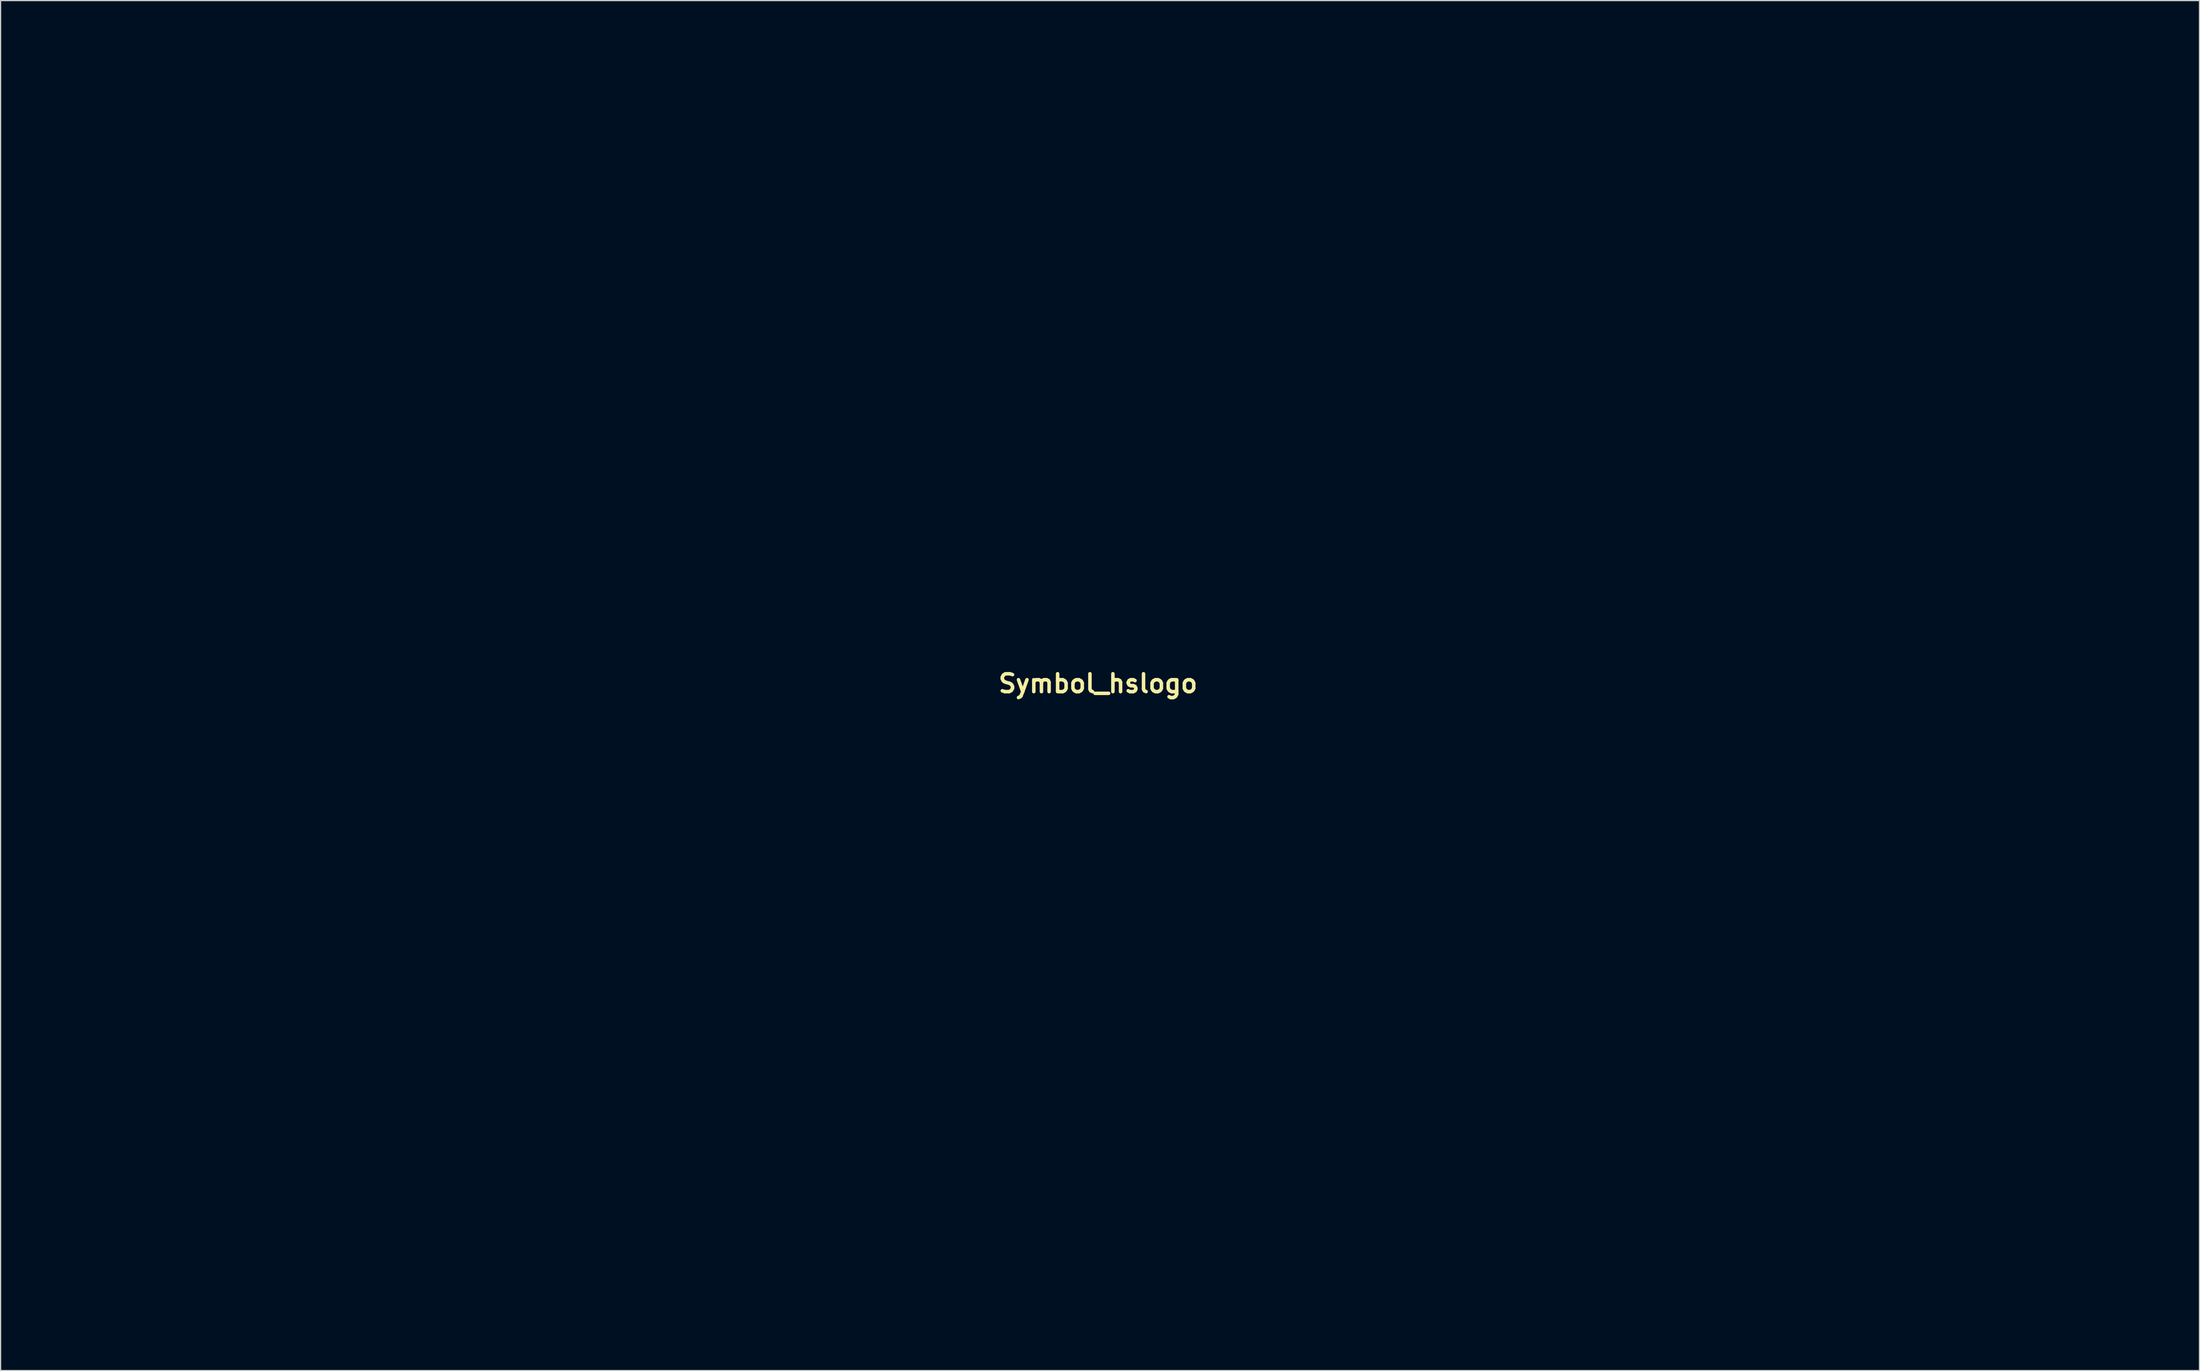
<source format=kicad_pcb>
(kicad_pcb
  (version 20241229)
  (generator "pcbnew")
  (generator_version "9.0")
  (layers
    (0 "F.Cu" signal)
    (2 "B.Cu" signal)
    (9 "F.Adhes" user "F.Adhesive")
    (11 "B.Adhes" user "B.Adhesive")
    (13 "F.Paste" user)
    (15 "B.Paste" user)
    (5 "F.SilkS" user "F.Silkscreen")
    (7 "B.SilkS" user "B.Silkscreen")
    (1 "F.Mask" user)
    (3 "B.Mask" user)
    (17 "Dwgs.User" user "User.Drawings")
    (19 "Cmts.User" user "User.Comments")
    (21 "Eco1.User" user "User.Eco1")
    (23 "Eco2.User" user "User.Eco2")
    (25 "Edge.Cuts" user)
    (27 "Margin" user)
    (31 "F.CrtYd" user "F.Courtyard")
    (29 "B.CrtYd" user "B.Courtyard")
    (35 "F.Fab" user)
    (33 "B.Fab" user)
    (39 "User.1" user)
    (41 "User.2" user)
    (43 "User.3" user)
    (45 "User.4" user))
  (footprint "Symbol_hslogo"
    (layer "F.Cu")
    (at 90.621 55.267)
    (property "Reference" "Symbol_hslogo" (at 0 0 0) (layer "F.SilkS") (effects (font (size 1.524 1.524) (thickness 0.3))))
    (attr through_hole)
    (fp_poly (pts (xy 33.295 34.153) (xy 33.123 34.324) (xy 32.951 34.153) (xy 33.123 33.981) (xy 33.295 34.153)) (stroke (width 0.01) (type solid)) (fill yes) (layer "F.Mask"))
    (fp_poly (pts (xy -68.07 -55.037) (xy -67.838 -54.747) (xy -67.865 -54.326) (xy -68.259 -54.26) (xy -68.799 -54.55) (xy -68.992 -54.747) (xy -69.216 -55.147) (xy -68.853 -55.26) (xy -68.727 -55.262) (xy -68.07 -55.037)) (stroke (width 0.01) (type solid)) (fill yes) (layer "F.Mask"))
    (fp_poly (pts (xy 32.296 21.296) (xy 31.903 21.665) (xy 31.445 22.071) (xy 30.542 22.817) (xy 29.643 23.477) (xy 28.878 23.97) (xy 28.374 24.216) (xy 28.257 24.133) (xy 28.288 24.075) (xy 28.68 23.703) (xy 29.486 23.09) (xy 30.54 22.363) (xy 30.656 22.287) (xy 31.717 21.595) (xy 32.249 21.268) (xy 32.296 21.296)) (stroke (width 0.01) (type solid)) (fill yes) (layer "F.Mask"))
    (fp_poly (pts (xy 16.418 -30.911) (xy 17.459 -30.008) (xy 18.387 -28.632) (xy 19.181 -26.886) (xy 19.816 -24.877) (xy 20.27 -22.707) (xy 20.521 -20.483) (xy 20.545 -18.309) (xy 20.32 -16.289) (xy 19.824 -14.529) (xy 19.185 -13.335) (xy 18.359 -12.548) (xy 17.469 -12.44) (xy 16.491 -13.01) (xy 16.267 -13.221) (xy 15.186 -14.66) (xy 14.217 -16.642) (xy 13.409 -19.026) (xy 12.81 -21.671) (xy 12.484 -24.225) (xy 12.462 -26.437) (xy 12.745 -28.324) (xy 13.301 -29.806) (xy 14.096 -30.801) (xy 15.098 -31.225) (xy 15.288 -31.235) (xy 16.418 -30.911)) (stroke (width 0.01) (type solid)) (fill yes) (layer "F.Mask"))
    (fp_poly (pts (xy 30.524 -45.297) (xy 31.575 -44.327) (xy 32.045 -43.663) (xy 33.07 -41.645) (xy 33.846 -39.333) (xy 34.362 -36.865) (xy 34.61 -34.381) (xy 34.577 -32.023) (xy 34.253 -29.929) (xy 33.629 -28.24) (xy 33.236 -27.635) (xy 32.422 -26.928) (xy 31.536 -26.864) (xy 30.485 -27.437) (xy 30.411 -27.494) (xy 29.419 -28.597) (xy 28.466 -30.25) (xy 27.606 -32.32) (xy 26.892 -34.67) (xy 26.378 -37.165) (xy 26.254 -38.049) (xy 26.156 -40.221) (xy 26.384 -42.102) (xy 26.884 -43.639) (xy 27.602 -44.779) (xy 28.484 -45.47) (xy 29.476 -45.66) (xy 30.524 -45.297)) (stroke (width 0.01) (type solid)) (fill yes) (layer "F.Mask"))
    (fp_poly (pts (xy -68.35 37.123) (xy -67.87 37.573) (xy -67.293 38.593) (xy -66.651 40.078) (xy -65.98 41.924) (xy -65.314 44.028) (xy -64.686 46.285) (xy -64.13 48.591) (xy -63.682 50.842) (xy -63.521 51.83) (xy -63.31 53.161) (xy -63.111 54.28) (xy -62.963 54.964) (xy -62.952 55.005) (xy -62.927 55.296) (xy -63.155 55.475) (xy -63.757 55.568) (xy -64.857 55.602) (xy -65.708 55.605) (xy -68.649 55.605) (xy -68.683 52.43) (xy -68.71 50.891) (xy -68.753 49.5) (xy -68.804 48.481) (xy -68.825 48.226) (xy -68.922 46.921) (xy -68.98 45.327) (xy -69.001 43.592) (xy -68.988 41.863) (xy -68.942 40.289) (xy -68.866 39.015) (xy -68.761 38.19) (xy -68.684 37.971) (xy -68.489 37.451) (xy -68.566 37.249) (xy -68.55 37.086) (xy -68.35 37.123)) (stroke (width 0.01) (type solid)) (fill yes) (layer "F.Mask"))
    (fp_poly (pts (xy 51.357 -36.912) (xy 51.569 -36.638) (xy 51.639 -36.445) (xy 51.634 -35.54) (xy 51.233 -34.557) (xy 50.587 -33.786) (xy 50.127 -33.542) (xy 49.753 -33.366) (xy 49.54 -32.977) (xy 49.444 -32.214) (xy 49.421 -31.01) (xy 49.064 -24.975) (xy 48.023 -18.991) (xy 46.301 -13.068) (xy 43.901 -7.213) (xy 43.059 -5.491) (xy 40.756 -1.351) (xy 38.259 2.315) (xy 35.42 5.716) (xy 33.914 7.292) (xy 30.996 10.038) (xy 28.25 12.202) (xy 25.589 13.841) (xy 22.925 15.01) (xy 20.873 15.612) (xy 19.263 15.95) (xy 18.017 16.073) (xy 16.845 15.981) (xy 15.458 15.674) (xy 15.182 15.6) (xy 13.391 15.033) (xy 11.942 14.335) (xy 10.583 13.358) (xy 9.225 12.117) (xy 7.295 10.233) (xy 6.398 11.201) (xy 5.79 11.805) (xy 5.403 11.945) (xy 5.012 11.679) (xy 4.918 11.587) (xy 4.69 11.305) (xy 4.598 10.953) (xy 4.664 10.411) (xy 4.915 9.559) (xy 5.374 8.276) (xy 5.857 6.992) (xy 6.671 4.966) (xy 7.349 3.558) (xy 7.925 2.725) (xy 8.432 2.418) (xy 8.903 2.593) (xy 8.973 2.657) (xy 9.199 3.104) (xy 9.131 3.842) (xy 8.964 4.467) (xy 8.733 5.444) (xy 8.808 6.157) (xy 9.232 6.979) (xy 9.262 7.028) (xy 10.662 8.74) (xy 12.619 10.313) (xy 14.171 11.232) (xy 15.144 11.694) (xy 16.029 11.972) (xy 17.061 12.107) (xy 18.47 12.143) (xy 19.05 12.141) (xy 20.891 12.061) (xy 22.459 11.808) (xy 23.943 11.315) (xy 25.533 10.518) (xy 27.42 9.349) (xy 27.789 9.105) (xy 29.346 7.926) (xy 31.151 6.329) (xy 33.061 4.46) (xy 34.935 2.466) (xy 36.63 0.493) (xy 38.004 -1.311) (xy 38.261 -1.689) (xy 40.969 -6.352) (xy 43.201 -11.389) (xy 44.915 -16.667) (xy 46.073 -22.052) (xy 46.633 -27.412) (xy 46.681 -29.433) (xy 46.671 -31.022) (xy 46.625 -32.047) (xy 46.521 -32.628) (xy 46.337 -32.889) (xy 46.051 -32.951) (xy 46.037 -32.951) (xy 45.209 -33.235) (xy 44.782 -33.97) (xy 44.809 -34.781) (xy 45.173 -35.66) (xy 45.823 -36.26) (xy 46.886 -36.648) (xy 48.488 -36.892) (xy 48.792 -36.921) (xy 50.123 -37.028) (xy 50.926 -37.034) (xy 51.357 -36.912)) (stroke (width 0.01) (type solid)) (fill yes) (layer "F.Mask"))
    (fp_poly (pts (xy -88.157 -41.113) (xy -87.824 -40.741) (xy -87.388 -39.924) (xy -87.086 -39.204) (xy -86.67 -38.266) (xy -86.301 -37.698) (xy -86.115 -37.61) (xy -85.954 -37.528) (xy -86.009 -37.295) (xy -85.902 -36.74) (xy -85.453 -36.275) (xy -84.953 -35.721) (xy -84.969 -35.328) (xy -85.037 -35.067) (xy -84.801 -35.17) (xy -84.271 -35.117) (xy -83.527 -34.523) (xy -83.458 -34.451) (xy -82.689 -33.775) (xy -81.968 -33.375) (xy -81.861 -33.348) (xy -81.19 -33.173) (xy -81.055 -33.017) (xy -81.501 -32.951) (xy -81.846 -32.888) (xy -81.685 -32.621) (xy -81.301 -32.289) (xy -80.775 -31.747) (xy -80.794 -31.338) (xy -80.904 -31.207) (xy -81.129 -30.55) (xy -81.035 -30.239) (xy -80.859 -29.569) (xy -80.752 -28.544) (xy -80.739 -28.146) (xy -80.567 -25.641) (xy -80.117 -23.63) (xy -79.635 -22.545) (xy -78.661 -20.834) (xy -78.008 -19.511) (xy -77.604 -18.4) (xy -77.381 -17.325) (xy -77.314 -16.734) (xy -77.106 -15.382) (xy -76.711 -14.431) (xy -76.174 -13.757) (xy -75.523 -13.165) (xy -74.861 -12.874) (xy -73.917 -12.79) (xy -73.306 -12.796) (xy -72.183 -12.758) (xy -71.328 -12.611) (xy -71.025 -12.467) (xy -70.794 -11.913) (xy -70.662 -10.973) (xy -70.651 -10.594) (xy -70.712 -9.729) (xy -70.916 -8.726) (xy -71.289 -7.516) (xy -71.86 -6.028) (xy -72.658 -4.192) (xy -73.71 -1.937) (xy -75.045 0.805) (xy -76.053 2.833) (xy -76.96 4.707) (xy -77.793 6.535) (xy -78.481 8.158) (xy -78.956 9.416) (xy -79.098 9.88) (xy -79.254 10.65) (xy -79.382 11.686) (xy -79.484 13.06) (xy -79.565 14.843) (xy -79.628 17.106) (xy -79.675 19.919) (xy -79.708 23.008) (xy -79.748 28.321) (xy -79.77 32.976) (xy -79.775 37.001) (xy -79.762 40.424) (xy -79.73 43.273) (xy -79.681 45.576) (xy -79.612 47.361) (xy -79.533 48.569) (xy -79.389 50.263) (xy -79.234 52.116) (xy -79.137 53.289) (xy -78.948 55.605) (xy -90.616 55.605) (xy -90.616 -32.78) (xy -82.722 -32.78) (xy -82.55 -32.608) (xy -82.378 -32.78) (xy -82.55 -32.951) (xy -82.722 -32.78) (xy -90.616 -32.78) (xy -90.616 -34.153) (xy -85.124 -34.153) (xy -84.953 -33.981) (xy -84.781 -34.153) (xy -84.953 -34.324) (xy -85.124 -34.153) (xy -90.616 -34.153) (xy -90.616 -35.869) (xy -86.497 -35.869) (xy -86.326 -35.697) (xy -86.154 -35.869) (xy -86.326 -36.041) (xy -86.497 -35.869) (xy -90.616 -35.869) (xy -90.616 -39.183) (xy -89.585 -40.214) (xy -89.038 -40.674) (xy -88.214 -40.674) (xy -88.042 -40.503) (xy -87.87 -40.674) (xy -88.042 -40.846) (xy -88.214 -40.674) (xy -89.038 -40.674) (xy -88.862 -40.823) (xy -88.286 -41.114) (xy -88.157 -41.113)) (stroke (width 0.01) (type solid)) (fill yes) (layer "F.Mask"))
    (fp_poly (pts (xy -41.436 -0.454) (xy -40.586 0.205) (xy -39.39 1.229) (xy -37.917 2.558) (xy -36.236 4.132) (xy -35.458 4.877) (xy -32.701 7.536) (xy -30.385 9.768) (xy -28.46 11.621) (xy -26.874 13.144) (xy -25.574 14.388) (xy -24.509 15.4) (xy -23.627 16.231) (xy -22.877 16.93) (xy -22.206 17.546) (xy -21.564 18.128) (xy -21.137 18.51) (xy -19.636 19.817) (xy -18.495 20.694) (xy -17.596 21.2) (xy -16.818 21.396) (xy -16.041 21.34) (xy -15.647 21.245) (xy -14.829 21.074) (xy -14.22 21.18) (xy -13.536 21.648) (xy -13.134 21.993) (xy -12.482 22.539) (xy -11.933 22.851) (xy -11.281 22.977) (xy -10.316 22.962) (xy -9.195 22.882) (xy -6.504 22.674) (xy -5.704 24.484) (xy -3.994 27.687) (xy -1.948 30.297) (xy 0.453 32.328) (xy 3.232 33.793) (xy 6.408 34.705) (xy 10.004 35.078) (xy 10.984 35.089) (xy 12.553 35.069) (xy 13.917 35.033) (xy 14.896 34.987) (xy 15.253 34.952) (xy 15.424 34.916) (xy 15.568 34.911) (xy 15.698 35) (xy 15.825 35.244) (xy 15.962 35.703) (xy 16.123 36.438) (xy 16.319 37.512) (xy 16.564 38.985) (xy 16.869 40.919) (xy 17.247 43.374) (xy 17.711 46.412) (xy 18.014 48.397) (xy 18.322 50.385) (xy 18.606 52.165) (xy 18.845 53.614) (xy 19.019 54.61) (xy 19.1 55.005) (xy 19.107 55.143) (xy 19.006 55.259) (xy 18.74 55.354) (xy 18.253 55.429) (xy 17.488 55.488) (xy 16.39 55.532) (xy 14.902 55.564) (xy 12.967 55.585) (xy 10.529 55.597) (xy 7.531 55.603) (xy 3.918 55.605) (xy 2.904 55.605) (xy -0.951 55.603) (xy -4.171 55.593) (xy -6.807 55.576) (xy -8.912 55.55) (xy -10.537 55.512) (xy -11.733 55.462) (xy -12.552 55.398) (xy -13.045 55.319) (xy -13.265 55.223) (xy -13.283 55.144) (xy -13.241 54.917) (xy -13.301 54.6) (xy -13.505 54.121) (xy -13.895 53.407) (xy -14.511 52.384) (xy -15.396 50.98) (xy -16.591 49.12) (xy -17.505 47.708) (xy -18.536 46.117) (xy -19.452 44.699) (xy -20.181 43.568) (xy -20.649 42.839) (xy -20.766 42.653) (xy -21.062 42.189) (xy -21.661 41.258) (xy -22.492 39.969) (xy -23.486 38.431) (xy -24.239 37.268) (xy -25.351 35.532) (xy -26.387 33.88) (xy -27.263 32.446) (xy -27.895 31.367) (xy -28.124 30.946) (xy -28.71 29.853) (xy -29.481 28.498) (xy -30.169 27.342) (xy -31.884 24.406) (xy -33.727 21.031) (xy -35.592 17.422) (xy -37.374 13.787) (xy -38.968 10.331) (xy -39.654 8.753) (xy -40.791 6.035) (xy -41.653 3.88) (xy -42.253 2.224) (xy -42.606 1.007) (xy -42.727 0.169) (xy -42.63 -0.352) (xy -42.329 -0.617) (xy -41.87 -0.686) (xy -41.436 -0.454)) (stroke (width 0.01) (type solid)) (fill yes) (layer "F.Mask"))
    (fp_poly (pts (xy -19.994 -55.248) (xy -13.312 -55.246) (xy -7.283 -55.243) (xy -1.876 -55.238) (xy 2.941 -55.232) (xy 7.202 -55.224) (xy 10.939 -55.213) (xy 14.183 -55.199) (xy 16.969 -55.182) (xy 19.327 -55.161) (xy 21.291 -55.136) (xy 22.893 -55.107) (xy 24.166 -55.073) (xy 25.141 -55.034) (xy 25.851 -54.989) (xy 26.33 -54.938) (xy 26.608 -54.88) (xy 26.719 -54.816) (xy 26.695 -54.744) (xy 26.601 -54.682) (xy 25.111 -53.737) (xy 23.306 -52.361) (xy 21.299 -50.657) (xy 19.205 -48.731) (xy 17.138 -46.686) (xy 15.211 -44.627) (xy 13.766 -42.94) (xy 12.033 -40.668) (xy 10.154 -37.952) (xy 8.249 -34.979) (xy 6.443 -31.939) (xy 5.667 -30.546) (xy 4.878 -29.11) (xy 4.193 -27.885) (xy 3.687 -27.003) (xy 3.438 -26.601) (xy 3.209 -26.127) (xy 2.803 -25.102) (xy 2.256 -23.628) (xy 1.605 -21.806) (xy 0.887 -19.738) (xy 0.137 -17.525) (xy -0.382 -15.961) (xy -1.366 -12.439) (xy -2.197 -8.367) (xy -2.853 -3.87) (xy -3.268 0.347) (xy -3.322 1.931) (xy -3.288 3.892) (xy -3.18 6.042) (xy -3.011 8.191) (xy -2.795 10.149) (xy -2.546 11.726) (xy -2.384 12.422) (xy -2.233 13.382) (xy -2.417 13.827) (xy -2.86 13.7) (xy -3.345 13.155) (xy -3.944 12.214) (xy -4.589 11.072) (xy -4.746 10.769) (xy -5.3 9.819) (xy -5.9 9.263) (xy -6.745 9) (xy -8.037 8.926) (xy -8.339 8.924) (xy -9.181 8.903) (xy -9.819 8.777) (xy -10.415 8.452) (xy -11.13 7.834) (xy -12.128 6.829) (xy -12.344 6.606) (xy -13.553 5.339) (xy -14.782 4.01) (xy -16.113 2.524) (xy -17.63 0.789) (xy -19.416 -1.291) (xy -21.527 -3.776) (xy -22.686 -5.152) (xy -23.715 -6.39) (xy -24.702 -7.605) (xy -25.74 -8.91) (xy -26.917 -10.417) (xy -28.325 -12.242) (xy -30.053 -14.496) (xy -30.123 -14.588) (xy -31.143 -15.889) (xy -32.457 -17.52) (xy -33.911 -19.292) (xy -35.351 -21.016) (xy -35.656 -21.376) (xy -37.096 -23.102) (xy -38.604 -24.961) (xy -40.017 -26.747) (xy -41.172 -28.259) (xy -41.346 -28.494) (xy -42.668 -30.222) (xy -43.741 -31.434) (xy -44.66 -32.206) (xy -45.517 -32.616) (xy -46.408 -32.743) (xy -46.468 -32.743) (xy -47.433 -32.502) (xy -48.752 -31.831) (xy -50.312 -30.804) (xy -52.001 -29.495) (xy -53.707 -27.979) (xy -53.764 -27.925) (xy -54.352 -27.469) (xy -54.719 -27.375) (xy -54.726 -27.381) (xy -54.908 -27.32) (xy -54.919 -27.211) (xy -55.203 -26.866) (xy -55.926 -26.395) (xy -56.42 -26.143) (xy -57.349 -25.621) (xy -57.988 -25.104) (xy -58.124 -24.906) (xy -58.394 -24.566) (xy -58.926 -24.654) (xy -59.181 -24.763) (xy -60.033 -25.151) (xy -57.406 -30.339) (xy -56.285 -32.613) (xy -55.49 -34.416) (xy -55.003 -35.868) (xy -54.802 -37.091) (xy -54.869 -38.206) (xy -55.183 -39.333) (xy -55.716 -40.577) (xy -56.326 -42.273) (xy -56.746 -44.259) (xy -56.823 -44.89) (xy -56.982 -46.131) (xy -57.172 -47.082) (xy -57.354 -47.556) (xy -57.372 -47.571) (xy -57.523 -47.975) (xy -57.479 -48.078) (xy -57.507 -48.378) (xy -57.607 -48.397) (xy -57.935 -48.686) (xy -58.13 -49.17) (xy -58.78 -50.452) (xy -59.972 -51.623) (xy -61.561 -52.583) (xy -63.404 -53.226) (xy -64.015 -53.347) (xy -64.658 -53.475) (xy -64.873 -53.54) (xy -65.316 -53.583) (xy -65.773 -53.565) (xy -66.535 -53.743) (xy -67.243 -54.244) (xy -67.611 -54.852) (xy -67.619 -54.943) (xy -67.28 -54.988) (xy -66.277 -55.029) (xy -64.634 -55.068) (xy -62.375 -55.103) (xy -59.522 -55.135) (xy -56.099 -55.163) (xy -52.128 -55.187) (xy -47.634 -55.208) (xy -42.639 -55.224) (xy -37.166 -55.237) (xy -31.24 -55.245) (xy -24.882 -55.249) (xy -19.994 -55.248)) (stroke (width 0.01) (type solid)) (fill yes) (layer "F.Mask"))
    (fp_poly (pts (xy 90.959 55.605) (xy 56.901 55.605) (xy 57.043 48.483) (xy 57.186 41.361) (xy 58.678 38.272) (xy 59.344 36.783) (xy 59.889 35.36) (xy 60.234 34.218) (xy 60.309 33.809) (xy 60.333 33.121) (xy 60.204 32.484) (xy 59.851 31.742) (xy 59.205 30.741) (xy 58.399 29.607) (xy 56.946 27.613) (xy 55.548 25.722) (xy 54.27 24.018) (xy 53.176 22.586) (xy 52.33 21.51) (xy 51.796 20.875) (xy 51.688 20.766) (xy 51.342 20.377) (xy 50.673 19.552) (xy 49.768 18.402) (xy 48.717 17.04) (xy 48.445 16.684) (xy 47.262 15.099) (xy 46.482 13.968) (xy 46.062 13.22) (xy 45.961 12.785) (xy 46.054 12.632) (xy 46.601 12.51) (xy 47.663 12.463) (xy 49.076 12.483) (xy 50.671 12.56) (xy 52.284 12.687) (xy 53.749 12.856) (xy 54.899 13.059) (xy 54.919 13.063) (xy 56.185 13.476) (xy 57.545 14.085) (xy 58.008 14.339) (xy 58.965 14.844) (xy 59.721 15.133) (xy 59.982 15.163) (xy 60.375 15.276) (xy 60.411 15.397) (xy 60.699 15.727) (xy 61.389 16.063) (xy 62.28 16.218) (xy 63.134 15.919) (xy 63.363 15.783) (xy 64.889 15.106) (xy 66.363 15.056) (xy 67.868 15.645) (xy 69.225 16.647) (xy 70.311 17.564) (xy 71.072 18.058) (xy 71.576 18.078) (xy 71.892 17.574) (xy 72.087 16.495) (xy 72.228 14.791) (xy 72.255 14.387) (xy 72.329 12.83) (xy 72.342 11.527) (xy 72.293 10.63) (xy 72.206 10.299) (xy 71.812 10.022) (xy 70.952 9.47) (xy 69.751 8.723) (xy 68.333 7.857) (xy 68.234 7.798) (xy 66.594 6.87) (xy 64.662 5.879) (xy 64.529 5.815) (xy 66.932 5.815) (xy 67.182 6.164) (xy 67.276 6.178) (xy 67.61 6.061) (xy 67.619 6.027) (xy 67.378 5.734) (xy 67.276 5.664) (xy 66.959 5.691) (xy 66.932 5.815) (xy 64.529 5.815) (xy 62.707 4.945) (xy 64.975 4.945) (xy 65.216 5.149) (xy 65.764 5.457) (xy 65.837 5.341) (xy 65.731 5.149) (xy 65.23 4.822) (xy 65.11 4.811) (xy 64.975 4.945) (xy 62.707 4.945) (xy 62.53 4.861) (xy 62.112 4.672) (xy 67.737 4.672) (xy 67.791 4.805) (xy 68.099 5.133) (xy 68.154 5.149) (xy 68.301 4.883) (xy 68.305 4.805) (xy 68.042 4.475) (xy 67.942 4.462) (xy 67.737 4.672) (xy 62.112 4.672) (xy 60.289 3.852) (xy 59.706 3.604) (xy 62.47 3.604) (xy 62.642 3.776) (xy 62.814 3.604) (xy 66.589 3.604) (xy 66.761 3.776) (xy 66.932 3.604) (xy 66.761 3.432) (xy 66.589 3.604) (xy 62.814 3.604) (xy 62.642 3.432) (xy 62.47 3.604) (xy 59.706 3.604) (xy 58.9 3.261) (xy 68.649 3.261) (xy 68.82 3.432) (xy 68.992 3.261) (xy 68.82 3.089) (xy 68.649 3.261) (xy 58.9 3.261) (xy 58.028 2.89) (xy 56.247 2.174) (xy 59.152 2.174) (xy 59.199 2.378) (xy 59.381 2.403) (xy 60.411 2.403) (xy 60.536 2.685) (xy 60.64 2.632) (xy 60.645 2.574) (xy 61.097 2.574) (xy 61.269 2.746) (xy 61.441 2.574) (xy 61.367 2.501) (xy 62.526 2.501) (xy 62.609 2.693) (xy 62.955 3.061) (xy 63.153 2.986) (xy 63.157 2.938) (xy 62.913 2.648) (xy 62.76 2.542) (xy 62.526 2.501) (xy 61.367 2.501) (xy 61.269 2.403) (xy 61.097 2.574) (xy 60.645 2.574) (xy 60.681 2.224) (xy 60.64 2.174) (xy 60.436 2.221) (xy 60.411 2.403) (xy 59.381 2.403) (xy 59.664 2.277) (xy 59.61 2.174) (xy 59.203 2.133) (xy 59.152 2.174) (xy 56.247 2.174) (xy 55.839 2.01) (xy 55.513 1.888) (xy 62.814 1.888) (xy 62.985 2.059) (xy 63.157 1.888) (xy 63.843 1.888) (xy 64.015 2.059) (xy 64.186 1.888) (xy 64.015 1.716) (xy 63.843 1.888) (xy 63.157 1.888) (xy 62.985 1.716) (xy 62.814 1.888) (xy 55.513 1.888) (xy 54.599 1.545) (xy 57.665 1.545) (xy 57.836 1.716) (xy 58.008 1.545) (xy 57.836 1.373) (xy 57.665 1.545) (xy 54.599 1.545) (xy 53.812 1.249) (xy 53.672 1.201) (xy 56.292 1.201) (xy 56.464 1.373) (xy 56.635 1.201) (xy 61.441 1.201) (xy 61.612 1.373) (xy 61.622 1.363) (xy 65.245 1.363) (xy 65.351 1.614) (xy 65.534 1.845) (xy 65.937 2.25) (xy 66.107 2.158) (xy 67.331 2.158) (xy 67.415 2.35) (xy 67.76 2.718) (xy 67.959 2.643) (xy 67.962 2.595) (xy 67.945 2.574) (xy 69.335 2.574) (xy 69.507 2.746) (xy 69.678 2.574) (xy 69.507 2.403) (xy 69.335 2.574) (xy 67.945 2.574) (xy 67.718 2.304) (xy 67.566 2.198) (xy 67.331 2.158) (xy 66.107 2.158) (xy 66.204 2.105) (xy 66.337 1.884) (xy 66.509 1.32) (xy 66.473 1.201) (xy 69.678 1.201) (xy 69.85 1.373) (xy 70.022 1.201) (xy 69.85 1.03) (xy 69.678 1.201) (xy 66.473 1.201) (xy 66.449 1.118) (xy 66.26 1.175) (xy 66.246 1.305) (xy 65.992 1.535) (xy 65.645 1.47) (xy 65.245 1.363) (xy 61.622 1.363) (xy 61.784 1.201) (xy 61.612 1.03) (xy 61.441 1.201) (xy 56.635 1.201) (xy 56.464 1.03) (xy 56.292 1.201) (xy 53.672 1.201) (xy 52.039 0.644) (xy 51.593 0.515) (xy 61.784 0.515) (xy 61.955 0.686) (xy 62.127 0.515) (xy 61.955 0.343) (xy 65.559 0.343) (xy 65.839 0.644) (xy 66.095 0.686) (xy 66.439 0.525) (xy 67.708 0.525) (xy 67.776 0.664) (xy 68.104 1.019) (xy 68.164 0.768) (xy 68.081 0.5) (xy 67.828 0.126) (xy 67.714 0.134) (xy 67.708 0.525) (xy 66.439 0.525) (xy 66.45 0.52) (xy 66.418 0.343) (xy 65.979 0.013) (xy 65.882 0) (xy 65.569 0.262) (xy 65.559 0.343) (xy 61.955 0.343) (xy 61.784 0.515) (xy 51.593 0.515) (xy 50.61 0.231) (xy 50.292 0.172) (xy 59.724 0.172) (xy 59.896 0.343) (xy 60.068 0.172) (xy 59.896 0) (xy 59.724 0.172) (xy 50.292 0.172) (xy 49.615 0.046) (xy 49.146 0.126) (xy 49.146 0.127) (xy 48.874 0.57) (xy 48.359 1.485) (xy 47.674 2.736) (xy 46.932 4.119) (xy 45.37 6.915) (xy 43.838 9.327) (xy 42.193 11.541) (xy 40.295 13.745) (xy 38.003 16.124) (xy 37.535 16.588) (xy 36.171 17.92) (xy 34.973 19.066) (xy 34.028 19.943) (xy 33.421 20.473) (xy 33.242 20.595) (xy 33.365 20.377) (xy 33.891 19.797) (xy 34.72 18.958) (xy 35.161 18.53) (xy 36.907 16.596) (xy 38.517 14.24) (xy 39.162 13.124) (xy 40.628 10.749) (xy 42.275 8.531) (xy 43.28 7.38) (xy 45.324 5.074) (xy 46.947 2.898) (xy 48.31 0.617) (xy 48.917 -0.588) (xy 54.288 -0.588) (xy 54.371 -0.396) (xy 54.717 -0.028) (xy 54.916 -0.103) (xy 54.919 -0.151) (xy 54.902 -0.172) (xy 61.097 -0.172) (xy 61.269 0) (xy 61.441 -0.172) (xy 61.269 -0.343) (xy 61.097 -0.172) (xy 54.902 -0.172) (xy 54.675 -0.442) (xy 54.523 -0.548) (xy 54.381 -0.572) (xy 64.301 -0.572) (xy 64.348 -0.368) (xy 64.53 -0.343) (xy 64.812 -0.469) (xy 64.788 -0.515) (xy 68.305 -0.515) (xy 68.477 -0.343) (xy 68.649 -0.515) (xy 68.477 -0.686) (xy 68.305 -0.515) (xy 64.788 -0.515) (xy 64.759 -0.572) (xy 64.351 -0.613) (xy 64.301 -0.572) (xy 54.381 -0.572) (xy 54.288 -0.588) (xy 48.917 -0.588) (xy 49.053 -0.858) (xy 49.202 -1.191) (xy 58.783 -1.191) (xy 58.852 -1.053) (xy 59.179 -0.698) (xy 59.218 -0.858) (xy 60.754 -0.858) (xy 60.926 -0.686) (xy 61.097 -0.858) (xy 66.589 -0.858) (xy 66.761 -0.686) (xy 66.932 -0.858) (xy 66.781 -1.009) (xy 67.619 -1.009) (xy 67.729 -0.698) (xy 67.879 -0.858) (xy 70.365 -0.858) (xy 70.536 -0.686) (xy 70.708 -0.858) (xy 70.536 -1.03) (xy 70.365 -0.858) (xy 67.879 -0.858) (xy 67.982 -0.97) (xy 68.085 -1.201) (xy 69.335 -1.201) (xy 69.507 -1.03) (xy 69.678 -1.201) (xy 69.507 -1.373) (xy 69.335 -1.201) (xy 68.085 -1.201) (xy 68.093 -1.219) (xy 68.117 -1.574) (xy 67.958 -1.542) (xy 67.631 -1.103) (xy 67.619 -1.009) (xy 66.781 -1.009) (xy 66.761 -1.03) (xy 66.589 -0.858) (xy 61.097 -0.858) (xy 60.926 -1.03) (xy 60.754 -0.858) (xy 59.218 -0.858) (xy 59.24 -0.948) (xy 59.156 -1.216) (xy 58.904 -1.59) (xy 58.789 -1.582) (xy 58.783 -1.191) (xy 49.202 -1.191) (xy 49.385 -1.602) (xy 60.868 -1.602) (xy 60.916 -1.398) (xy 61.097 -1.373) (xy 62.127 -1.373) (xy 62.253 -1.09) (xy 62.356 -1.144) (xy 62.396 -1.545) (xy 66.246 -1.545) (xy 66.418 -1.373) (xy 66.589 -1.545) (xy 66.418 -1.716) (xy 66.246 -1.545) (xy 62.396 -1.545) (xy 62.397 -1.551) (xy 62.356 -1.602) (xy 62.152 -1.555) (xy 62.127 -1.373) (xy 61.097 -1.373) (xy 61.38 -1.499) (xy 61.326 -1.602) (xy 60.919 -1.643) (xy 60.868 -1.602) (xy 49.385 -1.602) (xy 49.513 -1.888) (xy 56.635 -1.888) (xy 56.807 -1.716) (xy 56.978 -1.888) (xy 56.807 -2.059) (xy 56.635 -1.888) (xy 49.513 -1.888) (xy 49.666 -2.231) (xy 55.262 -2.231) (xy 55.434 -2.059) (xy 55.605 -2.231) (xy 60.068 -2.231) (xy 60.239 -2.059) (xy 60.411 -2.231) (xy 61.441 -2.231) (xy 61.612 -2.059) (xy 61.784 -2.231) (xy 64.53 -2.231) (xy 64.701 -2.059) (xy 64.873 -2.231) (xy 67.619 -2.231) (xy 67.791 -2.059) (xy 67.813 -2.082) (xy 68.733 -2.082) (xy 68.78 -2.059) (xy 69.093 -2.301) (xy 69.164 -2.403) (xy 69.251 -2.724) (xy 69.204 -2.746) (xy 68.891 -2.504) (xy 68.82 -2.403) (xy 68.733 -2.082) (xy 67.813 -2.082) (xy 67.962 -2.231) (xy 67.791 -2.403) (xy 67.619 -2.231) (xy 64.873 -2.231) (xy 64.701 -2.403) (xy 64.53 -2.231) (xy 61.784 -2.231) (xy 61.612 -2.403) (xy 61.441 -2.231) (xy 60.411 -2.231) (xy 60.239 -2.403) (xy 60.068 -2.231) (xy 55.605 -2.231) (xy 55.434 -2.403) (xy 55.262 -2.231) (xy 49.666 -2.231) (xy 49.998 -2.975) (xy 66.017 -2.975) (xy 66.064 -2.771) (xy 66.246 -2.746) (xy 66.528 -2.872) (xy 66.475 -2.975) (xy 66.067 -3.016) (xy 66.017 -2.975) (xy 49.998 -2.975) (xy 50.126 -3.261) (xy 54.232 -3.261) (xy 54.404 -3.089) (xy 54.576 -3.261) (xy 64.53 -3.261) (xy 64.701 -3.089) (xy 64.873 -3.261) (xy 64.701 -3.432) (xy 64.53 -3.261) (xy 54.576 -3.261) (xy 54.404 -3.432) (xy 54.232 -3.261) (xy 50.126 -3.261) (xy 50.432 -3.947) (xy 59.381 -3.947) (xy 59.553 -3.776) (xy 59.724 -3.947) (xy 59.553 -4.119) (xy 59.381 -3.947) (xy 50.432 -3.947) (xy 50.586 -4.291) (xy 61.097 -4.291) (xy 61.269 -4.119) (xy 61.441 -4.291) (xy 61.383 -4.348) (xy 67.39 -4.348) (xy 67.437 -4.144) (xy 67.619 -4.119) (xy 67.901 -4.245) (xy 67.848 -4.348) (xy 67.44 -4.389) (xy 67.39 -4.348) (xy 61.383 -4.348) (xy 61.269 -4.462) (xy 61.097 -4.291) (xy 50.586 -4.291) (xy 50.739 -4.634) (xy 65.216 -4.634) (xy 65.388 -4.462) (xy 65.559 -4.634) (xy 65.388 -4.805) (xy 65.216 -4.634) (xy 50.739 -4.634) (xy 50.892 -4.977) (xy 61.784 -4.977) (xy 61.955 -4.805) (xy 62.127 -4.977) (xy 61.955 -5.149) (xy 61.784 -4.977) (xy 50.892 -4.977) (xy 51.045 -5.32) (xy 63.843 -5.32) (xy 64.015 -5.149) (xy 64.186 -5.32) (xy 64.015 -5.492) (xy 63.843 -5.32) (xy 51.045 -5.32) (xy 51.198 -5.664) (xy 65.559 -5.664) (xy 65.731 -5.492) (xy 65.903 -5.664) (xy 65.829 -5.737) (xy 66.301 -5.737) (xy 66.385 -5.545) (xy 66.73 -5.176) (xy 66.929 -5.252) (xy 66.932 -5.3) (xy 66.689 -5.59) (xy 66.536 -5.696) (xy 66.301 -5.737) (xy 65.829 -5.737) (xy 65.731 -5.835) (xy 65.559 -5.664) (xy 51.198 -5.664) (xy 51.554 -6.46) (xy 51.664 -6.75) (xy 57.779 -6.75) (xy 57.826 -6.546) (xy 58.008 -6.522) (xy 58.291 -6.647) (xy 58.267 -6.693) (xy 61.784 -6.693) (xy 61.955 -6.522) (xy 62.127 -6.693) (xy 61.955 -6.865) (xy 61.784 -6.693) (xy 58.267 -6.693) (xy 58.237 -6.75) (xy 57.83 -6.792) (xy 57.779 -6.75) (xy 51.664 -6.75) (xy 51.772 -7.036) (xy 66.932 -7.036) (xy 67.104 -6.865) (xy 67.276 -7.036) (xy 67.104 -7.208) (xy 66.932 -7.036) (xy 51.772 -7.036) (xy 52.032 -7.723) (xy 58.695 -7.723) (xy 58.866 -7.551) (xy 59.038 -7.723) (xy 60.411 -7.723) (xy 60.582 -7.551) (xy 60.754 -7.723) (xy 60.582 -7.895) (xy 60.411 -7.723) (xy 59.038 -7.723) (xy 58.866 -7.895) (xy 58.695 -7.723) (xy 52.032 -7.723) (xy 52.292 -8.409) (xy 61.441 -8.409) (xy 61.612 -8.238) (xy 61.784 -8.409) (xy 62.47 -8.409) (xy 62.642 -8.238) (xy 62.814 -8.409) (xy 62.642 -8.581) (xy 62.47 -8.409) (xy 61.784 -8.409) (xy 61.612 -8.581) (xy 61.441 -8.409) (xy 52.292 -8.409) (xy 52.422 -8.753) (xy 59.038 -8.753) (xy 59.209 -8.581) (xy 59.381 -8.753) (xy 59.209 -8.924) (xy 59.038 -8.753) (xy 52.422 -8.753) (xy 53.551 -11.738) (xy 55.072 -16.802) (xy 56.144 -21.763) (xy 56.441 -24.027) (xy 58.008 -24.027) (xy 58.134 -23.744) (xy 58.237 -23.798) (xy 58.278 -24.206) (xy 58.237 -24.256) (xy 58.033 -24.209) (xy 58.008 -24.027) (xy 56.441 -24.027) (xy 56.796 -26.731) (xy 57.053 -31.817) (xy 57.06 -32.951) (xy 56.862 -37.779) (xy 56.28 -42.068) (xy 55.301 -45.858) (xy 53.914 -49.185) (xy 52.109 -52.087) (xy 50.971 -53.474) (xy 49.363 -55.262) (xy 90.959 -55.262) (xy 90.959 55.605)) (stroke (width 0.01) (type solid)) (fill yes) (layer "F.Mask")))
  (gr_rect
    (start -3 -3)
    (end 184.586 113.878)
    (stroke (width 0.1) (type default))
    (fill no)
    (layer "Edge.Cuts")))
</source>
